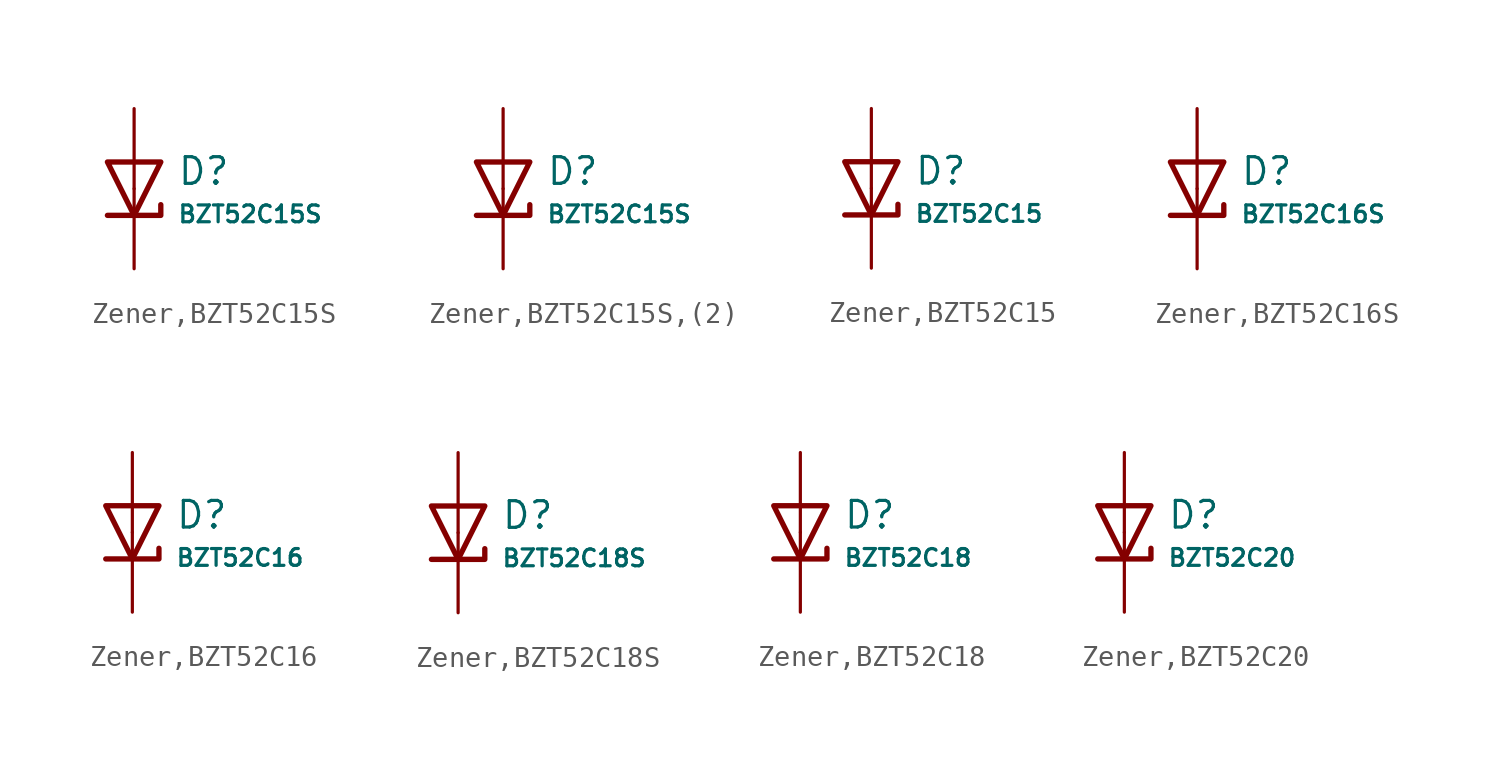
<source format=kicad_sym>
(kicad_symbol_lib
  (version 20231120)
  (generator "CDFER")
  (generator_version "8.0")
  (symbol "Zener,BZT52C15S"
    (pin_numbers hide)
    (pin_names
      (offset 0))
    (property "Reference" "D"
      (at 2.032 0.834 0)
      (effects (font (size 1.27 1.27)) (justify left)))
    (property "Value" "BZT52C15S"
      (at 2.032 -1.212 0)
      (effects (font (size 0.8 0.8)) (justify left)))
    (symbol "Zener,BZT52C15S_0_1"
      (polyline (pts (xy -1.27 1.27) (xy 0.00 -1.27) (xy 1.27 1.27) (xy -1.27 1.27)) (stroke (width 0.254) (type default)) (fill (type none))))
    (symbol "Zener,BZT52C15S_0_1"
      (polyline (pts (xy -1.27 -1.27) (xy 1.27 -1.27) (xy 1.27 -0.762)) (stroke (width 0.254) (type default)) (fill (type none))))
    (symbol "Zener,BZT52C15S_1_1"
      (pin passive line (at 0 3.81 270) (length 3.81) (name "~" (effects (font (size 1.27 1.27)))) (number "2" (effects (font (size 1.27 1.27)))))
      (pin passive line (at 0 -3.81 90) (length 3.81) (name "~" (effects (font (size 1.27 1.27)))) (number "1" (effects (font (size 1.27 1.27)))))))
  (symbol "Zener,BZT52C15S,(2)"
    (pin_numbers hide)
    (pin_names
      (offset 0))
    (property "Reference" "D"
      (at 2.032 0.834 0)
      (effects (font (size 1.27 1.27)) (justify left)))
    (property "Value" "BZT52C15S"
      (at 2.032 -1.212 0)
      (effects (font (size 0.8 0.8)) (justify left)))
    (symbol "Zener,BZT52C15S,(2)_0_1"
      (polyline (pts (xy -1.27 1.27) (xy 0.00 -1.27) (xy 1.27 1.27) (xy -1.27 1.27)) (stroke (width 0.254) (type default)) (fill (type none))))
    (symbol "Zener,BZT52C15S,(2)_0_1"
      (polyline (pts (xy -1.27 -1.27) (xy 1.27 -1.27) (xy 1.27 -0.762)) (stroke (width 0.254) (type default)) (fill (type none))))
    (symbol "Zener,BZT52C15S,(2)_1_1"
      (pin passive line (at 0 3.81 270) (length 3.81) (name "~" (effects (font (size 1.27 1.27)))) (number "2" (effects (font (size 1.27 1.27)))))
      (pin passive line (at 0 -3.81 90) (length 3.81) (name "~" (effects (font (size 1.27 1.27)))) (number "1" (effects (font (size 1.27 1.27)))))))
  (symbol "Zener,BZT52C15"
    (pin_numbers hide)
    (pin_names
      (offset 0))
    (property "Reference" "D"
      (at 2.032 0.834 0)
      (effects (font (size 1.27 1.27)) (justify left)))
    (property "Value" "BZT52C15"
      (at 2.032 -1.212 0)
      (effects (font (size 0.8 0.8)) (justify left)))
    (symbol "Zener,BZT52C15_0_1"
      (polyline (pts (xy -1.27 1.27) (xy 0.00 -1.27) (xy 1.27 1.27) (xy -1.27 1.27)) (stroke (width 0.254) (type default)) (fill (type none))))
    (symbol "Zener,BZT52C15_0_1"
      (polyline (pts (xy -1.27 -1.27) (xy 1.27 -1.27) (xy 1.27 -0.762)) (stroke (width 0.254) (type default)) (fill (type none))))
    (symbol "Zener,BZT52C15_1_1"
      (pin passive line (at 0 3.81 270) (length 3.81) (name "~" (effects (font (size 1.27 1.27)))) (number "2" (effects (font (size 1.27 1.27)))))
      (pin passive line (at 0 -3.81 90) (length 3.81) (name "~" (effects (font (size 1.27 1.27)))) (number "1" (effects (font (size 1.27 1.27)))))))
  (symbol "Zener,BZT52C16S"
    (pin_numbers hide)
    (pin_names
      (offset 0))
    (property "Reference" "D"
      (at 2.032 0.834 0)
      (effects (font (size 1.27 1.27)) (justify left)))
    (property "Value" "BZT52C16S"
      (at 2.032 -1.212 0)
      (effects (font (size 0.8 0.8)) (justify left)))
    (symbol "Zener,BZT52C16S_0_1"
      (polyline (pts (xy -1.27 1.27) (xy 0.00 -1.27) (xy 1.27 1.27) (xy -1.27 1.27)) (stroke (width 0.254) (type default)) (fill (type none))))
    (symbol "Zener,BZT52C16S_0_1"
      (polyline (pts (xy -1.27 -1.27) (xy 1.27 -1.27) (xy 1.27 -0.762)) (stroke (width 0.254) (type default)) (fill (type none))))
    (symbol "Zener,BZT52C16S_1_1"
      (pin passive line (at 0 3.81 270) (length 3.81) (name "~" (effects (font (size 1.27 1.27)))) (number "2" (effects (font (size 1.27 1.27)))))
      (pin passive line (at 0 -3.81 90) (length 3.81) (name "~" (effects (font (size 1.27 1.27)))) (number "1" (effects (font (size 1.27 1.27)))))))
  (symbol "Zener,BZT52C16"
    (pin_numbers hide)
    (pin_names
      (offset 0))
    (property "Reference" "D"
      (at 2.032 0.834 0)
      (effects (font (size 1.27 1.27)) (justify left)))
    (property "Value" "BZT52C16"
      (at 2.032 -1.212 0)
      (effects (font (size 0.8 0.8)) (justify left)))
    (symbol "Zener,BZT52C16_0_1"
      (polyline (pts (xy -1.27 1.27) (xy 0.00 -1.27) (xy 1.27 1.27) (xy -1.27 1.27)) (stroke (width 0.254) (type default)) (fill (type none))))
    (symbol "Zener,BZT52C16_0_1"
      (polyline (pts (xy -1.27 -1.27) (xy 1.27 -1.27) (xy 1.27 -0.762)) (stroke (width 0.254) (type default)) (fill (type none))))
    (symbol "Zener,BZT52C16_1_1"
      (pin passive line (at 0 3.81 270) (length 3.81) (name "~" (effects (font (size 1.27 1.27)))) (number "2" (effects (font (size 1.27 1.27)))))
      (pin passive line (at 0 -3.81 90) (length 3.81) (name "~" (effects (font (size 1.27 1.27)))) (number "1" (effects (font (size 1.27 1.27)))))))
  (symbol "Zener,BZT52C18S"
    (pin_numbers hide)
    (pin_names
      (offset 0))
    (property "Reference" "D"
      (at 2.032 0.834 0)
      (effects (font (size 1.27 1.27)) (justify left)))
    (property "Value" "BZT52C18S"
      (at 2.032 -1.212 0)
      (effects (font (size 0.8 0.8)) (justify left)))
    (symbol "Zener,BZT52C18S_0_1"
      (polyline (pts (xy -1.27 1.27) (xy 0.00 -1.27) (xy 1.27 1.27) (xy -1.27 1.27)) (stroke (width 0.254) (type default)) (fill (type none))))
    (symbol "Zener,BZT52C18S_0_1"
      (polyline (pts (xy -1.27 -1.27) (xy 1.27 -1.27) (xy 1.27 -0.762)) (stroke (width 0.254) (type default)) (fill (type none))))
    (symbol "Zener,BZT52C18S_1_1"
      (pin passive line (at 0 3.81 270) (length 3.81) (name "~" (effects (font (size 1.27 1.27)))) (number "2" (effects (font (size 1.27 1.27)))))
      (pin passive line (at 0 -3.81 90) (length 3.81) (name "~" (effects (font (size 1.27 1.27)))) (number "1" (effects (font (size 1.27 1.27)))))))
  (symbol "Zener,BZT52C18"
    (pin_numbers hide)
    (pin_names
      (offset 0))
    (property "Reference" "D"
      (at 2.032 0.834 0)
      (effects (font (size 1.27 1.27)) (justify left)))
    (property "Value" "BZT52C18"
      (at 2.032 -1.212 0)
      (effects (font (size 0.8 0.8)) (justify left)))
    (symbol "Zener,BZT52C18_0_1"
      (polyline (pts (xy -1.27 1.27) (xy 0.00 -1.27) (xy 1.27 1.27) (xy -1.27 1.27)) (stroke (width 0.254) (type default)) (fill (type none))))
    (symbol "Zener,BZT52C18_0_1"
      (polyline (pts (xy -1.27 -1.27) (xy 1.27 -1.27) (xy 1.27 -0.762)) (stroke (width 0.254) (type default)) (fill (type none))))
    (symbol "Zener,BZT52C18_1_1"
      (pin passive line (at 0 3.81 270) (length 3.81) (name "~" (effects (font (size 1.27 1.27)))) (number "2" (effects (font (size 1.27 1.27)))))
      (pin passive line (at 0 -3.81 90) (length 3.81) (name "~" (effects (font (size 1.27 1.27)))) (number "1" (effects (font (size 1.27 1.27)))))))
  (symbol "Zener,BZT52C20"
    (pin_numbers hide)
    (pin_names
      (offset 0))
    (property "Reference" "D"
      (at 2.032 0.834 0)
      (effects (font (size 1.27 1.27)) (justify left)))
    (property "Value" "BZT52C20"
      (at 2.032 -1.212 0)
      (effects (font (size 0.8 0.8)) (justify left)))
    (symbol "Zener,BZT52C20_0_1"
      (polyline (pts (xy -1.27 1.27) (xy 0.00 -1.27) (xy 1.27 1.27) (xy -1.27 1.27)) (stroke (width 0.254) (type default)) (fill (type none))))
    (symbol "Zener,BZT52C20_0_1"
      (polyline (pts (xy -1.27 -1.27) (xy 1.27 -1.27) (xy 1.27 -0.762)) (stroke (width 0.254) (type default)) (fill (type none))))
    (symbol "Zener,BZT52C20_1_1"
      (pin passive line (at 0 3.81 270) (length 3.81) (name "~" (effects (font (size 1.27 1.27)))) (number "2" (effects (font (size 1.27 1.27)))))
      (pin passive line (at 0 -3.81 90) (length 3.81) (name "~" (effects (font (size 1.27 1.27)))) (number "1" (effects (font (size 1.27 1.27))))))))
</source>
